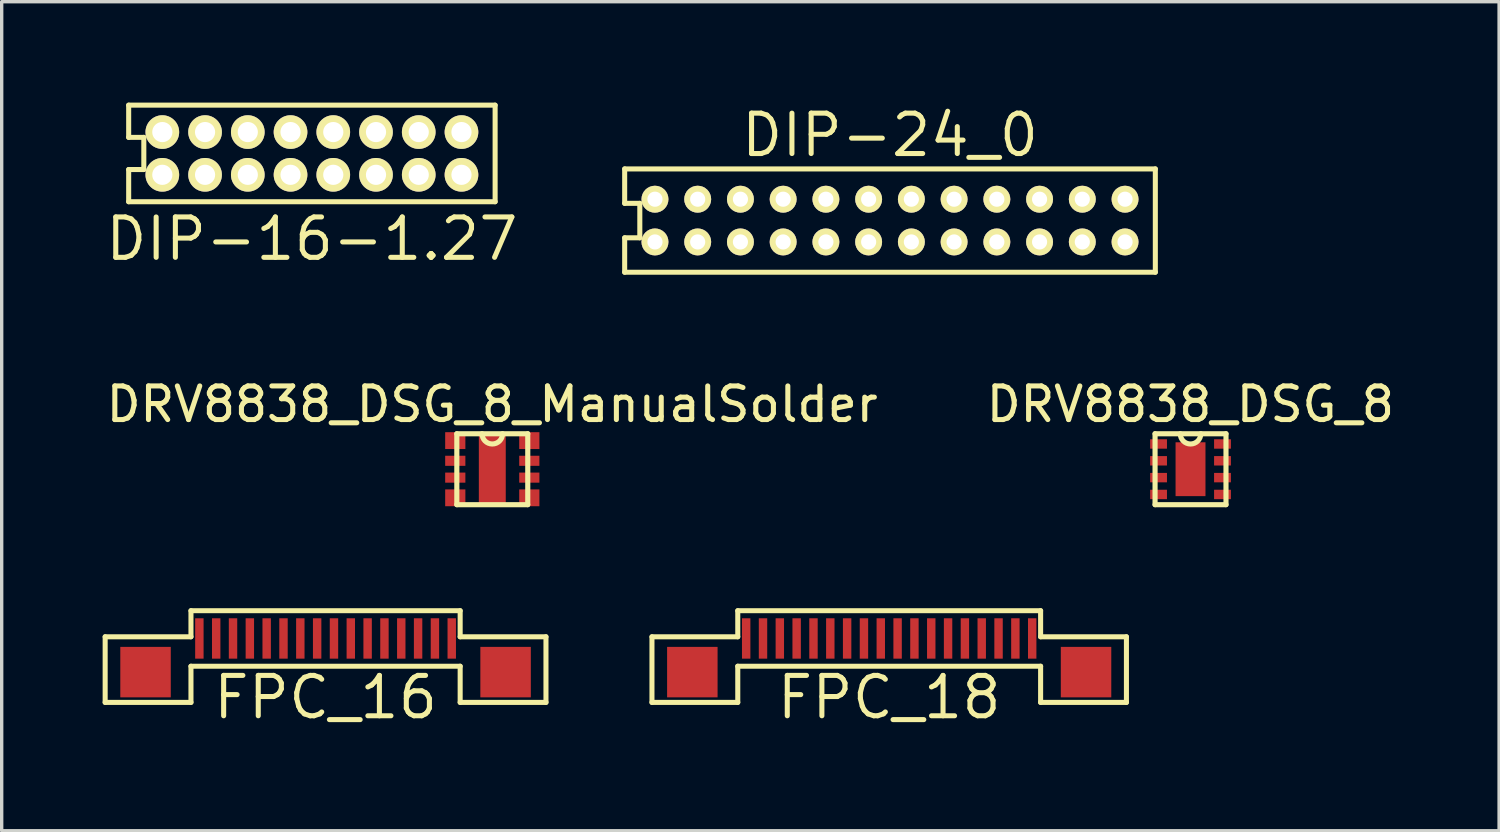
<source format=kicad_pcb>
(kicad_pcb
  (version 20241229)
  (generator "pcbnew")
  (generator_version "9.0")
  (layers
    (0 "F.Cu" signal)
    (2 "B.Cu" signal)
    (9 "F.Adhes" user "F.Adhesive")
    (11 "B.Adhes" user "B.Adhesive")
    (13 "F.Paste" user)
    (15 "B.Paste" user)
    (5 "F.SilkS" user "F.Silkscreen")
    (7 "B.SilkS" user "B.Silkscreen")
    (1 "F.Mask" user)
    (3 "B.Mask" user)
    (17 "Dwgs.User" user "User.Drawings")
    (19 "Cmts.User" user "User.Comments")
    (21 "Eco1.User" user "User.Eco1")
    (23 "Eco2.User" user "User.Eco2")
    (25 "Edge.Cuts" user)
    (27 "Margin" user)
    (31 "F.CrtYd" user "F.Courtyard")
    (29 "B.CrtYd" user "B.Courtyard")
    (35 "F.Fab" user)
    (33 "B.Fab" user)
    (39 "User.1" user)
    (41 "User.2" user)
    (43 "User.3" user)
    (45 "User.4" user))
  (footprint "DRV8838_DSG_8_ManualSolder"
    (layer "F.Cu")
    (at 11.58 10.894)
    (property "Reference" "DRV8838_DSG_8_ManualSolder" (at -0.003 -1.93 0) (layer "F.SilkS") (effects (font (size 1 1) (thickness 0.15))))
    (attr through_hole)
    (fp_line (start -1.054 -1.054) (end -1.054 1.054) (stroke (width 0.152) (type solid)) (layer "F.SilkS"))
    (fp_line (start -1.054 1.054) (end 1.054 1.054) (stroke (width 0.152) (type solid)) (layer "F.SilkS"))
    (fp_line (start 1.054 -1.054) (end -1.054 -1.054) (stroke (width 0.152) (type solid)) (layer "F.SilkS"))
    (fp_line (start 1.054 1.054) (end 1.054 -1.054) (stroke (width 0.152) (type solid)) (layer "F.SilkS"))
    (fp_arc (start 0.3048 -1.0541) (mid 0 -0.7493) (end -0.3048 -1.0541) (stroke (width 0.1524) (type solid)) (layer "F.SilkS"))
    (pad "1" smd rect (at -1.1 -0.85) (size 0.6 0.5) (layers "F.Cu" "F.Mask" "F.Paste"))
    (pad "1" smd circle (at -0.95 -0.75) (size 0.025 0.025) (layers "F.Cu" "F.Mask" "F.Paste"))
    (pad "2" smd rect (at -1.1 -0.25) (size 0.6 0.3) (layers "F.Cu" "F.Mask" "F.Paste"))
    (pad "2" smd circle (at -0.95 -0.25) (size 0.025 0.025) (layers "F.Cu" "F.Mask" "F.Paste"))
    (pad "3" smd rect (at -1.1 0.25) (size 0.6 0.3) (layers "F.Cu" "F.Mask" "F.Paste"))
    (pad "3" smd circle (at -0.95 0.25) (size 0.025 0.025) (layers "F.Cu" "F.Mask" "F.Paste"))
    (pad "4" smd rect (at -1.1 0.85) (size 0.6 0.5) (layers "F.Cu" "F.Mask" "F.Paste"))
    (pad "4" smd circle (at -0.95 0.75) (size 0.025 0.025) (layers "F.Cu" "F.Mask" "F.Paste"))
    (pad "4" smd rect (at 0 0) (size 0.8 2.2) (layers "F.Cu" "F.Mask" "F.Paste"))
    (pad "5" smd circle (at 0.95 0.75) (size 0.025 0.025) (layers "F.Cu" "F.Mask" "F.Paste"))
    (pad "5" smd rect (at 1.1 0.85) (size 0.6 0.5) (layers "F.Cu" "F.Mask" "F.Paste"))
    (pad "6" smd circle (at 0.95 0.25) (size 0.025 0.025) (layers "F.Cu" "F.Mask" "F.Paste"))
    (pad "6" smd rect (at 1.1 0.25) (size 0.6 0.3) (layers "F.Cu" "F.Mask" "F.Paste"))
    (pad "7" smd circle (at 0.95 -0.25) (size 0.025 0.025) (layers "F.Cu" "F.Mask" "F.Paste"))
    (pad "7" smd rect (at 1.1 -0.25) (size 0.6 0.3) (layers "F.Cu" "F.Mask" "F.Paste"))
    (pad "8" smd circle (at 0.95 -0.75) (size 0.025 0.025) (layers "F.Cu" "F.Mask" "F.Paste"))
    (pad "8" smd rect (at 1.1 -0.85) (size 0.6 0.5) (layers "F.Cu" "F.Mask" "F.Paste")))
  (footprint "DIP-24_0"
    (layer "F.Cu")
    (at 22.764 4.14)
    (property "Reference" "DIP-24_0" (at 0.635 -3.175 180) (layer "F.SilkS") (effects (font (size 1.2 1.2) (thickness 0.15))))
    (attr through_hole)
    (fp_line (start -7.25 -2.17) (end -7.25 -1.147) (stroke (width 0.15) (type solid)) (layer "F.SilkS"))
    (fp_line (start -7.25 -1.147) (end -6.8 -1.147) (stroke (width 0.15) (type solid)) (layer "F.SilkS"))
    (fp_line (start -7.25 -0.123) (end -7.25 0.9) (stroke (width 0.15) (type solid)) (layer "F.SilkS"))
    (fp_line (start -7.25 0.9) (end 8.52 0.9) (stroke (width 0.15) (type solid)) (layer "F.SilkS"))
    (fp_line (start -6.8 -1.147) (end -6.8 -0.123) (stroke (width 0.15) (type solid)) (layer "F.SilkS"))
    (fp_line (start -6.8 -0.123) (end -7.25 -0.123) (stroke (width 0.15) (type solid)) (layer "F.SilkS"))
    (fp_line (start 8.52 -2.17) (end -7.25 -2.17) (stroke (width 0.15) (type solid)) (layer "F.SilkS"))
    (fp_line (start 8.52 0.9) (end 8.52 -2.17) (stroke (width 0.15) (type solid)) (layer "F.SilkS"))
    (pad "1" thru_hole circle (at -6.35 0) (size 0.8 0.8) (drill 0.45) (layers "*.Cu" "*.Mask" "F.SilkS"))
    (pad "2" thru_hole circle (at -5.08 0) (size 0.8 0.8) (drill 0.45) (layers "*.Cu" "*.Mask" "F.SilkS"))
    (pad "3" thru_hole circle (at -3.81 0) (size 0.8 0.8) (drill 0.45) (layers "*.Cu" "*.Mask" "F.SilkS"))
    (pad "4" thru_hole circle (at -2.54 0) (size 0.8 0.8) (drill 0.45) (layers "*.Cu" "*.Mask" "F.SilkS"))
    (pad "5" thru_hole circle (at -1.27 0) (size 0.8 0.8) (drill 0.45) (layers "*.Cu" "*.Mask" "F.SilkS"))
    (pad "6" thru_hole circle (at 0 0) (size 0.8 0.8) (drill 0.45) (layers "*.Cu" "*.Mask" "F.SilkS"))
    (pad "7" thru_hole circle (at 1.27 0) (size 0.8 0.8) (drill 0.45) (layers "*.Cu" "*.Mask" "F.SilkS"))
    (pad "8" thru_hole circle (at 2.54 0) (size 0.8 0.8) (drill 0.45) (layers "*.Cu" "*.Mask" "F.SilkS"))
    (pad "9" thru_hole circle (at 3.81 0) (size 0.8 0.8) (drill 0.45) (layers "*.Cu" "*.Mask" "F.SilkS"))
    (pad "10" thru_hole circle (at 5.08 0) (size 0.8 0.8) (drill 0.45) (layers "*.Cu" "*.Mask" "F.SilkS"))
    (pad "11" thru_hole circle (at 6.35 0) (size 0.8 0.8) (drill 0.45) (layers "*.Cu" "*.Mask" "F.SilkS"))
    (pad "12" thru_hole circle (at 7.62 0) (size 0.8 0.8) (drill 0.45) (layers "*.Cu" "*.Mask" "F.SilkS"))
    (pad "13" thru_hole circle (at 7.62 -1.27) (size 0.8 0.8) (drill 0.45) (layers "*.Cu" "*.Mask" "F.SilkS"))
    (pad "14" thru_hole circle (at 6.35 -1.27) (size 0.8 0.8) (drill 0.45) (layers "*.Cu" "*.Mask" "F.SilkS"))
    (pad "15" thru_hole circle (at 5.08 -1.27) (size 0.8 0.8) (drill 0.45) (layers "*.Cu" "*.Mask" "F.SilkS"))
    (pad "16" thru_hole circle (at 3.81 -1.27) (size 0.8 0.8) (drill 0.45) (layers "*.Cu" "*.Mask" "F.SilkS"))
    (pad "17" thru_hole circle (at 2.54 -1.27) (size 0.8 0.8) (drill 0.45) (layers "*.Cu" "*.Mask" "F.SilkS"))
    (pad "18" thru_hole circle (at 1.27 -1.27) (size 0.8 0.8) (drill 0.45) (layers "*.Cu" "*.Mask" "F.SilkS"))
    (pad "19" thru_hole circle (at 0 -1.27) (size 0.8 0.8) (drill 0.45) (layers "*.Cu" "*.Mask" "F.SilkS"))
    (pad "20" thru_hole circle (at -1.27 -1.27) (size 0.8 0.8) (drill 0.45) (layers "*.Cu" "*.Mask" "F.SilkS"))
    (pad "21" thru_hole circle (at -2.54 -1.27) (size 0.8 0.8) (drill 0.45) (layers "*.Cu" "*.Mask" "F.SilkS"))
    (pad "22" thru_hole circle (at -3.81 -1.27) (size 0.8 0.8) (drill 0.45) (layers "*.Cu" "*.Mask" "F.SilkS"))
    (pad "23" thru_hole circle (at -5.08 -1.27) (size 0.8 0.8) (drill 0.45) (layers "*.Cu" "*.Mask" "F.SilkS"))
    (pad "24" thru_hole circle (at -6.35 -1.27) (size 0.8 0.8) (drill 0.45) (layers "*.Cu" "*.Mask" "F.SilkS")))
  (footprint "DRV8838_DSG_8"
    (layer "F.Cu")
    (at 32.33 10.894)
    (property "Reference" "DRV8838_DSG_8" (at -0.003 -1.93 0) (layer "F.SilkS") (effects (font (size 1 1) (thickness 0.15))))
    (attr through_hole)
    (fp_line (start -1.054 -1.054) (end -1.054 1.054) (stroke (width 0.152) (type solid)) (layer "F.SilkS"))
    (fp_line (start -1.054 1.054) (end 1.054 1.054) (stroke (width 0.152) (type solid)) (layer "F.SilkS"))
    (fp_line (start 1.054 -1.054) (end -1.054 -1.054) (stroke (width 0.152) (type solid)) (layer "F.SilkS"))
    (fp_line (start 1.054 1.054) (end 1.054 -1.054) (stroke (width 0.152) (type solid)) (layer "F.SilkS"))
    (fp_arc (start 0.3048 -1.0541) (mid 0 -0.7493) (end -0.3048 -1.0541) (stroke (width 0.1524) (type solid)) (layer "F.SilkS"))
    (pad "1" smd circle (at -0.95 -0.75) (size 0.025 0.025) (layers "F.Cu" "F.Mask" "F.Paste"))
    (pad "1" smd rect (at -0.95 -0.75) (size 0.5 0.28) (layers "F.Cu" "F.Mask" "F.Paste"))
    (pad "2" smd circle (at -0.95 -0.25) (size 0.025 0.025) (layers "F.Cu" "F.Mask" "F.Paste"))
    (pad "2" smd rect (at -0.95 -0.25) (size 0.5 0.28) (layers "F.Cu" "F.Mask" "F.Paste"))
    (pad "3" smd circle (at -0.95 0.25) (size 0.025 0.025) (layers "F.Cu" "F.Mask" "F.Paste"))
    (pad "3" smd rect (at -0.95 0.25) (size 0.5 0.28) (layers "F.Cu" "F.Mask" "F.Paste"))
    (pad "4" smd circle (at -0.95 0.75) (size 0.025 0.025) (layers "F.Cu" "F.Mask" "F.Paste"))
    (pad "4" smd rect (at -0.95 0.75) (size 0.5 0.28) (layers "F.Cu" "F.Mask" "F.Paste"))
    (pad "5" smd circle (at 0.95 0.75) (size 0.025 0.025) (layers "F.Cu" "F.Mask" "F.Paste"))
    (pad "5" smd rect (at 0.95 0.75) (size 0.5 0.28) (layers "F.Cu" "F.Mask" "F.Paste"))
    (pad "6" smd circle (at 0.95 0.25) (size 0.025 0.025) (layers "F.Cu" "F.Mask" "F.Paste"))
    (pad "6" smd rect (at 0.95 0.25) (size 0.5 0.28) (layers "F.Cu" "F.Mask" "F.Paste"))
    (pad "7" smd circle (at 0.95 -0.25) (size 0.025 0.025) (layers "F.Cu" "F.Mask" "F.Paste"))
    (pad "7" smd rect (at 0.95 -0.25) (size 0.5 0.28) (layers "F.Cu" "F.Mask" "F.Paste"))
    (pad "8" smd circle (at 0.95 -0.75) (size 0.025 0.025) (layers "F.Cu" "F.Mask" "F.Paste"))
    (pad "8" smd rect (at 0.95 -0.75) (size 0.5 0.28) (layers "F.Cu" "F.Mask" "F.Paste"))
    (pad "9" smd rect (at 0 0) (size 0.025 0.025) (layers "F.Cu" "F.Mask" "F.Paste"))
    (pad "9" smd rect (at 0 0) (size 0.025 0.025) (layers "F.Cu" "F.Mask" "F.Paste"))
    (pad "9" smd rect (at 0 0) (size 0.889 1.6) (layers "F.Cu" "F.Mask" "F.Paste")))
  (footprint "FPC_16"
    (layer "F.Cu")
    (at 6.625 15.924)
    (property "Reference" "FPC_16" (at 0 1.75 0) (layer "F.SilkS") (effects (font (size 1.2 1.2) (thickness 0.15))))
    (attr through_hole)
    (fp_line (start -6.55 -0.05) (end -4 -0.05) (stroke (width 0.15) (type solid)) (layer "F.SilkS"))
    (fp_line (start -6.55 1.9) (end -6.55 -0.05) (stroke (width 0.15) (type solid)) (layer "F.SilkS"))
    (fp_line (start -4 -0.825) (end 4 -0.825) (stroke (width 0.15) (type solid)) (layer "F.SilkS"))
    (fp_line (start -4 -0.05) (end -4 -0.825) (stroke (width 0.15) (type solid)) (layer "F.SilkS"))
    (fp_line (start -4 0.825) (end -4 1.9) (stroke (width 0.15) (type solid)) (layer "F.SilkS"))
    (fp_line (start -4 0.825) (end 4 0.825) (stroke (width 0.15) (type solid)) (layer "F.SilkS"))
    (fp_line (start -4 1.9) (end -6.55 1.9) (stroke (width 0.15) (type solid)) (layer "F.SilkS"))
    (fp_line (start 4 -0.05) (end 4 -0.825) (stroke (width 0.15) (type solid)) (layer "F.SilkS"))
    (fp_line (start 4 0.825) (end 4 1.9) (stroke (width 0.15) (type solid)) (layer "F.SilkS"))
    (fp_line (start 4 1.9) (end 6.55 1.9) (stroke (width 0.15) (type solid)) (layer "F.SilkS"))
    (fp_line (start 6.55 -0.05) (end 4 -0.05) (stroke (width 0.15) (type solid)) (layer "F.SilkS"))
    (fp_line (start 6.55 1.9) (end 6.55 -0.05) (stroke (width 0.15) (type solid)) (layer "F.SilkS"))
    (pad "0" smd rect (at -5.35 1) (size 1.5 1.5) (layers "F.Cu" "F.Mask" "F.Paste"))
    (pad "0" smd rect (at 5.35 1) (size 1.5 1.5) (layers "F.Cu" "F.Mask" "F.Paste"))
    (pad "1" smd rect (at -3.75 0) (size 0.25 1.2) (layers "F.Cu" "F.Mask" "F.Paste"))
    (pad "2" smd rect (at -3.25 0) (size 0.25 1.2) (layers "F.Cu" "F.Mask" "F.Paste"))
    (pad "3" smd rect (at -2.75 0) (size 0.25 1.2) (layers "F.Cu" "F.Mask" "F.Paste"))
    (pad "4" smd rect (at -2.25 0) (size 0.25 1.2) (layers "F.Cu" "F.Mask" "F.Paste"))
    (pad "5" smd rect (at -1.75 0) (size 0.25 1.2) (layers "F.Cu" "F.Mask" "F.Paste"))
    (pad "6" smd rect (at -1.25 0) (size 0.25 1.2) (layers "F.Cu" "F.Mask" "F.Paste"))
    (pad "7" smd rect (at -0.75 0) (size 0.25 1.2) (layers "F.Cu" "F.Mask" "F.Paste"))
    (pad "8" smd rect (at -0.25 0) (size 0.25 1.2) (layers "F.Cu" "F.Mask" "F.Paste"))
    (pad "9" smd rect (at 0.25 0) (size 0.25 1.2) (layers "F.Cu" "F.Mask" "F.Paste"))
    (pad "10" smd rect (at 0.75 0) (size 0.25 1.2) (layers "F.Cu" "F.Mask" "F.Paste"))
    (pad "11" smd rect (at 1.25 0) (size 0.25 1.2) (layers "F.Cu" "F.Mask" "F.Paste"))
    (pad "12" smd rect (at 1.75 0) (size 0.25 1.2) (layers "F.Cu" "F.Mask" "F.Paste"))
    (pad "13" smd rect (at 2.25 0) (size 0.25 1.2) (layers "F.Cu" "F.Mask" "F.Paste"))
    (pad "14" smd rect (at 2.75 0) (size 0.25 1.2) (layers "F.Cu" "F.Mask" "F.Paste"))
    (pad "15" smd rect (at 3.25 0) (size 0.25 1.2) (layers "F.Cu" "F.Mask" "F.Paste"))
    (pad "16" smd rect (at 3.75 0) (size 0.25 1.2) (layers "F.Cu" "F.Mask" "F.Paste")))
  (footprint "FPC_18"
    (layer "F.Cu")
    (at 23.375 15.924)
    (property "Reference" "FPC_18" (at 0 1.75 0) (layer "F.SilkS") (effects (font (size 1.2 1.2) (thickness 0.15))))
    (attr through_hole)
    (fp_line (start -7.05 -0.05) (end -4.5 -0.05) (stroke (width 0.15) (type solid)) (layer "F.SilkS"))
    (fp_line (start -7.05 1.9) (end -7.05 -0.05) (stroke (width 0.15) (type solid)) (layer "F.SilkS"))
    (fp_line (start -4.5 -0.825) (end 4.5 -0.825) (stroke (width 0.15) (type solid)) (layer "F.SilkS"))
    (fp_line (start -4.5 -0.05) (end -4.5 -0.825) (stroke (width 0.15) (type solid)) (layer "F.SilkS"))
    (fp_line (start -4.5 0.825) (end -4.5 1.9) (stroke (width 0.15) (type solid)) (layer "F.SilkS"))
    (fp_line (start -4.5 0.825) (end 4.5 0.825) (stroke (width 0.15) (type solid)) (layer "F.SilkS"))
    (fp_line (start -4.5 1.9) (end -7.05 1.9) (stroke (width 0.15) (type solid)) (layer "F.SilkS"))
    (fp_line (start 4.5 -0.05) (end 4.5 -0.825) (stroke (width 0.15) (type solid)) (layer "F.SilkS"))
    (fp_line (start 4.5 0.825) (end 4.5 1.9) (stroke (width 0.15) (type solid)) (layer "F.SilkS"))
    (fp_line (start 4.5 1.9) (end 7.05 1.9) (stroke (width 0.15) (type solid)) (layer "F.SilkS"))
    (fp_line (start 7.05 -0.05) (end 4.5 -0.05) (stroke (width 0.15) (type solid)) (layer "F.SilkS"))
    (fp_line (start 7.05 1.9) (end 7.05 -0.05) (stroke (width 0.15) (type solid)) (layer "F.SilkS"))
    (pad "0" smd rect (at -5.85 1) (size 1.5 1.5) (layers "F.Cu" "F.Mask" "F.Paste"))
    (pad "0" smd rect (at 5.85 1) (size 1.5 1.5) (layers "F.Cu" "F.Mask" "F.Paste"))
    (pad "1" smd rect (at -4.25 0) (size 0.25 1.2) (layers "F.Cu" "F.Mask" "F.Paste"))
    (pad "2" smd rect (at -3.75 0) (size 0.25 1.2) (layers "F.Cu" "F.Mask" "F.Paste"))
    (pad "3" smd rect (at -3.25 0) (size 0.25 1.2) (layers "F.Cu" "F.Mask" "F.Paste"))
    (pad "4" smd rect (at -2.75 0) (size 0.25 1.2) (layers "F.Cu" "F.Mask" "F.Paste"))
    (pad "5" smd rect (at -2.25 0) (size 0.25 1.2) (layers "F.Cu" "F.Mask" "F.Paste"))
    (pad "6" smd rect (at -1.75 0) (size 0.25 1.2) (layers "F.Cu" "F.Mask" "F.Paste"))
    (pad "7" smd rect (at -1.25 0) (size 0.25 1.2) (layers "F.Cu" "F.Mask" "F.Paste"))
    (pad "8" smd rect (at -0.75 0) (size 0.25 1.2) (layers "F.Cu" "F.Mask" "F.Paste"))
    (pad "9" smd rect (at -0.25 0) (size 0.25 1.2) (layers "F.Cu" "F.Mask" "F.Paste"))
    (pad "10" smd rect (at 0.25 0) (size 0.25 1.2) (layers "F.Cu" "F.Mask" "F.Paste"))
    (pad "11" smd rect (at 0.75 0) (size 0.25 1.2) (layers "F.Cu" "F.Mask" "F.Paste"))
    (pad "12" smd rect (at 1.25 0) (size 0.25 1.2) (layers "F.Cu" "F.Mask" "F.Paste"))
    (pad "13" smd rect (at 1.75 0) (size 0.25 1.2) (layers "F.Cu" "F.Mask" "F.Paste"))
    (pad "14" smd rect (at 2.25 0) (size 0.25 1.2) (layers "F.Cu" "F.Mask" "F.Paste"))
    (pad "15" smd rect (at 2.75 0) (size 0.25 1.2) (layers "F.Cu" "F.Mask" "F.Paste"))
    (pad "16" smd rect (at 3.25 0) (size 0.25 1.2) (layers "F.Cu" "F.Mask" "F.Paste"))
    (pad "17" smd rect (at 3.75 0) (size 0.25 1.2) (layers "F.Cu" "F.Mask" "F.Paste"))
    (pad "18" smd rect (at 4.25 0) (size 0.25 1.2) (layers "F.Cu" "F.Mask" "F.Paste")))
  (footprint "DIP-16-1.27"
    (layer "F.Cu")
    (at 6.219 1.51)
    (property "Reference" "DIP-16-1.27" (at 0 2.54 180) (layer "F.SilkS") (effects (font (size 1.2 1.2) (thickness 0.15))))
    (attr through_hole)
    (fp_line (start -5.445 -1.435) (end -5.445 -0.478) (stroke (width 0.15) (type solid)) (layer "F.SilkS"))
    (fp_line (start -5.445 -0.478) (end -4.995 -0.478) (stroke (width 0.15) (type solid)) (layer "F.SilkS"))
    (fp_line (start -5.445 0.478) (end -5.445 1.435) (stroke (width 0.15) (type solid)) (layer "F.SilkS"))
    (fp_line (start -5.445 1.435) (end 5.445 1.435) (stroke (width 0.15) (type solid)) (layer "F.SilkS"))
    (fp_line (start -4.995 -0.478) (end -4.995 0.478) (stroke (width 0.15) (type solid)) (layer "F.SilkS"))
    (fp_line (start -4.995 0.478) (end -5.445 0.478) (stroke (width 0.15) (type solid)) (layer "F.SilkS"))
    (fp_line (start 5.445 -1.435) (end -5.445 -1.435) (stroke (width 0.15) (type solid)) (layer "F.SilkS"))
    (fp_line (start 5.445 1.435) (end 5.445 -1.435) (stroke (width 0.15) (type solid)) (layer "F.SilkS"))
    (pad "1" thru_hole circle (at -4.445 0.635) (size 1 1) (drill 0.6) (layers "*.Cu" "*.Mask" "F.SilkS"))
    (pad "2" thru_hole circle (at -3.175 0.635) (size 1 1) (drill 0.6) (layers "*.Cu" "*.Mask" "F.SilkS"))
    (pad "3" thru_hole circle (at -1.905 0.635) (size 1 1) (drill 0.6) (layers "*.Cu" "*.Mask" "F.SilkS"))
    (pad "4" thru_hole circle (at -0.635 0.635) (size 1 1) (drill 0.6) (layers "*.Cu" "*.Mask" "F.SilkS"))
    (pad "5" thru_hole circle (at 0.635 0.635) (size 1 1) (drill 0.6) (layers "*.Cu" "*.Mask" "F.SilkS"))
    (pad "6" thru_hole circle (at 1.905 0.635) (size 1 1) (drill 0.6) (layers "*.Cu" "*.Mask" "F.SilkS"))
    (pad "7" thru_hole circle (at 3.175 0.635) (size 1 1) (drill 0.6) (layers "*.Cu" "*.Mask" "F.SilkS"))
    (pad "8" thru_hole circle (at 4.445 0.635) (size 1 1) (drill 0.6) (layers "*.Cu" "*.Mask" "F.SilkS"))
    (pad "9" thru_hole circle (at 4.445 -0.635) (size 1 1) (drill 0.6) (layers "*.Cu" "*.Mask" "F.SilkS"))
    (pad "10" thru_hole circle (at 3.175 -0.635) (size 1 1) (drill 0.6) (layers "*.Cu" "*.Mask" "F.SilkS"))
    (pad "11" thru_hole circle (at 1.905 -0.635) (size 1 1) (drill 0.6) (layers "*.Cu" "*.Mask" "F.SilkS"))
    (pad "12" thru_hole circle (at 0.635 -0.635) (size 1 1) (drill 0.6) (layers "*.Cu" "*.Mask" "F.SilkS"))
    (pad "13" thru_hole circle (at -0.635 -0.635) (size 1 1) (drill 0.6) (layers "*.Cu" "*.Mask" "F.SilkS"))
    (pad "14" thru_hole circle (at -1.905 -0.635) (size 1 1) (drill 0.6) (layers "*.Cu" "*.Mask" "F.SilkS"))
    (pad "15" thru_hole circle (at -3.175 -0.635) (size 1 1) (drill 0.6) (layers "*.Cu" "*.Mask" "F.SilkS"))
    (pad "16" thru_hole circle (at -4.445 -0.635) (size 1 1) (drill 0.6) (layers "*.Cu" "*.Mask" "F.SilkS")))
  (gr_rect
    (start -3 -3)
    (end 41.5 21.639)
    (stroke (width 0.1) (type default))
    (fill no)
    (layer "Edge.Cuts")))
</source>
